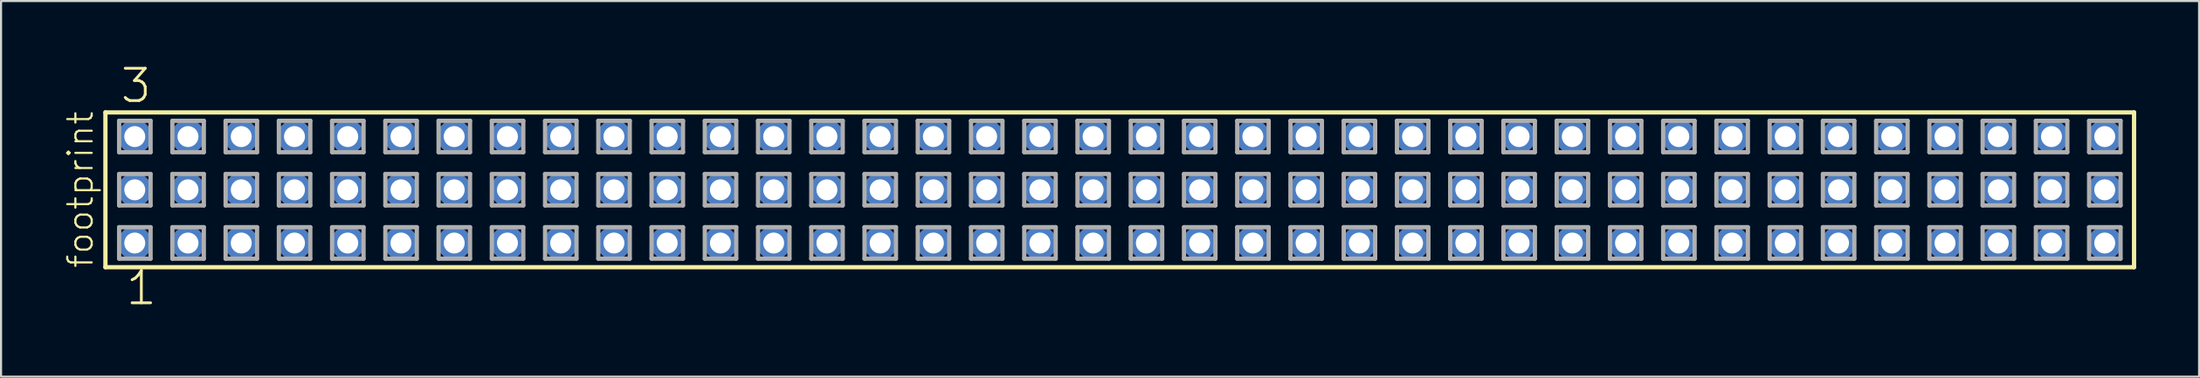
<source format=kicad_pcb>
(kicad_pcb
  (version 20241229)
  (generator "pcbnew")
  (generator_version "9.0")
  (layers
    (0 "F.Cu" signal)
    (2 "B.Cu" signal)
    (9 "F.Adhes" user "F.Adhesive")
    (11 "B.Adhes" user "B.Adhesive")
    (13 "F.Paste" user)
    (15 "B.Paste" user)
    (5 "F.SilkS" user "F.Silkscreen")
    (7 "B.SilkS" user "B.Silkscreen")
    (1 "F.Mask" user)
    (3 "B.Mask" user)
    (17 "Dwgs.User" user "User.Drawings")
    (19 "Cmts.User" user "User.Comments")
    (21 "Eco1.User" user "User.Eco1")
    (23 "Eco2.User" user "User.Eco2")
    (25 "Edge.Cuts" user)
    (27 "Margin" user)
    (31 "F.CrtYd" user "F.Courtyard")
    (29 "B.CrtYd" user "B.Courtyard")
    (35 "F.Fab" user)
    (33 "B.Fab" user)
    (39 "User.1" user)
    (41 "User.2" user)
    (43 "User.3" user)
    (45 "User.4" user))
  (footprint "footprint"
    (layer "F.Cu")
    (at 50.368 6.009)
    (property "Reference" "footprint" (at -48.895 3.81 90) (layer "F.SilkS") (effects (font (size 1.168 1.168) (thickness 0.102)) (justify left bottom)))
    (fp_line (start -48.389 -3.695) (end 48.389 -3.695) (stroke (width 0.203) (type solid)) (layer "F.SilkS"))
    (fp_line (start -48.389 3.695) (end -48.389 -3.695) (stroke (width 0.203) (type solid)) (layer "F.SilkS"))
    (fp_line (start 48.389 -3.695) (end 48.389 3.695) (stroke (width 0.203) (type solid)) (layer "F.SilkS"))
    (fp_line (start 48.389 3.695) (end -48.389 3.695) (stroke (width 0.203) (type solid)) (layer "F.SilkS"))
    (fp_line (start -47.735 -3.295) (end -46.235 -3.295) (stroke (width 0.203) (type solid)) (layer "F.Fab"))
    (fp_line (start -47.735 -1.795) (end -47.735 -3.295) (stroke (width 0.203) (type solid)) (layer "F.Fab"))
    (fp_line (start -47.735 -0.755) (end -46.235 -0.755) (stroke (width 0.203) (type solid)) (layer "F.Fab"))
    (fp_line (start -47.735 0.745) (end -47.735 -0.755) (stroke (width 0.203) (type solid)) (layer "F.Fab"))
    (fp_line (start -47.735 1.785) (end -46.235 1.785) (stroke (width 0.203) (type solid)) (layer "F.Fab"))
    (fp_line (start -47.735 3.285) (end -47.735 1.785) (stroke (width 0.203) (type solid)) (layer "F.Fab"))
    (fp_line (start -46.235 -3.295) (end -46.235 -1.795) (stroke (width 0.203) (type solid)) (layer "F.Fab"))
    (fp_line (start -46.235 -1.795) (end -47.735 -1.795) (stroke (width 0.203) (type solid)) (layer "F.Fab"))
    (fp_line (start -46.235 -0.755) (end -46.235 0.745) (stroke (width 0.203) (type solid)) (layer "F.Fab"))
    (fp_line (start -46.235 0.745) (end -47.735 0.745) (stroke (width 0.203) (type solid)) (layer "F.Fab"))
    (fp_line (start -46.235 1.785) (end -46.235 3.285) (stroke (width 0.203) (type solid)) (layer "F.Fab"))
    (fp_line (start -46.235 3.285) (end -47.735 3.285) (stroke (width 0.203) (type solid)) (layer "F.Fab"))
    (fp_line (start -45.195 -3.295) (end -43.695 -3.295) (stroke (width 0.203) (type solid)) (layer "F.Fab"))
    (fp_line (start -45.195 -1.795) (end -45.195 -3.295) (stroke (width 0.203) (type solid)) (layer "F.Fab"))
    (fp_line (start -45.195 -0.755) (end -43.695 -0.755) (stroke (width 0.203) (type solid)) (layer "F.Fab"))
    (fp_line (start -45.195 0.745) (end -45.195 -0.755) (stroke (width 0.203) (type solid)) (layer "F.Fab"))
    (fp_line (start -45.195 1.785) (end -43.695 1.785) (stroke (width 0.203) (type solid)) (layer "F.Fab"))
    (fp_line (start -45.195 3.285) (end -45.195 1.785) (stroke (width 0.203) (type solid)) (layer "F.Fab"))
    (fp_line (start -43.695 -3.295) (end -43.695 -1.795) (stroke (width 0.203) (type solid)) (layer "F.Fab"))
    (fp_line (start -43.695 -1.795) (end -45.195 -1.795) (stroke (width 0.203) (type solid)) (layer "F.Fab"))
    (fp_line (start -43.695 -0.755) (end -43.695 0.745) (stroke (width 0.203) (type solid)) (layer "F.Fab"))
    (fp_line (start -43.695 0.745) (end -45.195 0.745) (stroke (width 0.203) (type solid)) (layer "F.Fab"))
    (fp_line (start -43.695 1.785) (end -43.695 3.285) (stroke (width 0.203) (type solid)) (layer "F.Fab"))
    (fp_line (start -43.695 3.285) (end -45.195 3.285) (stroke (width 0.203) (type solid)) (layer "F.Fab"))
    (fp_line (start -42.655 -3.295) (end -41.155 -3.295) (stroke (width 0.203) (type solid)) (layer "F.Fab"))
    (fp_line (start -42.655 -1.795) (end -42.655 -3.295) (stroke (width 0.203) (type solid)) (layer "F.Fab"))
    (fp_line (start -42.655 -0.755) (end -41.155 -0.755) (stroke (width 0.203) (type solid)) (layer "F.Fab"))
    (fp_line (start -42.655 0.745) (end -42.655 -0.755) (stroke (width 0.203) (type solid)) (layer "F.Fab"))
    (fp_line (start -42.655 1.785) (end -41.155 1.785) (stroke (width 0.203) (type solid)) (layer "F.Fab"))
    (fp_line (start -42.655 3.285) (end -42.655 1.785) (stroke (width 0.203) (type solid)) (layer "F.Fab"))
    (fp_line (start -41.155 -3.295) (end -41.155 -1.795) (stroke (width 0.203) (type solid)) (layer "F.Fab"))
    (fp_line (start -41.155 -1.795) (end -42.655 -1.795) (stroke (width 0.203) (type solid)) (layer "F.Fab"))
    (fp_line (start -41.155 -0.755) (end -41.155 0.745) (stroke (width 0.203) (type solid)) (layer "F.Fab"))
    (fp_line (start -41.155 0.745) (end -42.655 0.745) (stroke (width 0.203) (type solid)) (layer "F.Fab"))
    (fp_line (start -41.155 1.785) (end -41.155 3.285) (stroke (width 0.203) (type solid)) (layer "F.Fab"))
    (fp_line (start -41.155 3.285) (end -42.655 3.285) (stroke (width 0.203) (type solid)) (layer "F.Fab"))
    (fp_line (start -40.115 -3.295) (end -38.615 -3.295) (stroke (width 0.203) (type solid)) (layer "F.Fab"))
    (fp_line (start -40.115 -1.795) (end -40.115 -3.295) (stroke (width 0.203) (type solid)) (layer "F.Fab"))
    (fp_line (start -40.115 -0.755) (end -38.615 -0.755) (stroke (width 0.203) (type solid)) (layer "F.Fab"))
    (fp_line (start -40.115 0.745) (end -40.115 -0.755) (stroke (width 0.203) (type solid)) (layer "F.Fab"))
    (fp_line (start -40.115 1.785) (end -38.615 1.785) (stroke (width 0.203) (type solid)) (layer "F.Fab"))
    (fp_line (start -40.115 3.285) (end -40.115 1.785) (stroke (width 0.203) (type solid)) (layer "F.Fab"))
    (fp_line (start -38.615 -3.295) (end -38.615 -1.795) (stroke (width 0.203) (type solid)) (layer "F.Fab"))
    (fp_line (start -38.615 -1.795) (end -40.115 -1.795) (stroke (width 0.203) (type solid)) (layer "F.Fab"))
    (fp_line (start -38.615 -0.755) (end -38.615 0.745) (stroke (width 0.203) (type solid)) (layer "F.Fab"))
    (fp_line (start -38.615 0.745) (end -40.115 0.745) (stroke (width 0.203) (type solid)) (layer "F.Fab"))
    (fp_line (start -38.615 1.785) (end -38.615 3.285) (stroke (width 0.203) (type solid)) (layer "F.Fab"))
    (fp_line (start -38.615 3.285) (end -40.115 3.285) (stroke (width 0.203) (type solid)) (layer "F.Fab"))
    (fp_line (start -37.575 -3.295) (end -36.075 -3.295) (stroke (width 0.203) (type solid)) (layer "F.Fab"))
    (fp_line (start -37.575 -1.795) (end -37.575 -3.295) (stroke (width 0.203) (type solid)) (layer "F.Fab"))
    (fp_line (start -37.575 -0.755) (end -36.075 -0.755) (stroke (width 0.203) (type solid)) (layer "F.Fab"))
    (fp_line (start -37.575 0.745) (end -37.575 -0.755) (stroke (width 0.203) (type solid)) (layer "F.Fab"))
    (fp_line (start -37.575 1.785) (end -36.075 1.785) (stroke (width 0.203) (type solid)) (layer "F.Fab"))
    (fp_line (start -37.575 3.285) (end -37.575 1.785) (stroke (width 0.203) (type solid)) (layer "F.Fab"))
    (fp_line (start -36.075 -3.295) (end -36.075 -1.795) (stroke (width 0.203) (type solid)) (layer "F.Fab"))
    (fp_line (start -36.075 -1.795) (end -37.575 -1.795) (stroke (width 0.203) (type solid)) (layer "F.Fab"))
    (fp_line (start -36.075 -0.755) (end -36.075 0.745) (stroke (width 0.203) (type solid)) (layer "F.Fab"))
    (fp_line (start -36.075 0.745) (end -37.575 0.745) (stroke (width 0.203) (type solid)) (layer "F.Fab"))
    (fp_line (start -36.075 1.785) (end -36.075 3.285) (stroke (width 0.203) (type solid)) (layer "F.Fab"))
    (fp_line (start -36.075 3.285) (end -37.575 3.285) (stroke (width 0.203) (type solid)) (layer "F.Fab"))
    (fp_line (start -35.035 -3.295) (end -33.535 -3.295) (stroke (width 0.203) (type solid)) (layer "F.Fab"))
    (fp_line (start -35.035 -1.795) (end -35.035 -3.295) (stroke (width 0.203) (type solid)) (layer "F.Fab"))
    (fp_line (start -35.035 -0.755) (end -33.535 -0.755) (stroke (width 0.203) (type solid)) (layer "F.Fab"))
    (fp_line (start -35.035 0.745) (end -35.035 -0.755) (stroke (width 0.203) (type solid)) (layer "F.Fab"))
    (fp_line (start -35.035 1.785) (end -33.535 1.785) (stroke (width 0.203) (type solid)) (layer "F.Fab"))
    (fp_line (start -35.035 3.285) (end -35.035 1.785) (stroke (width 0.203) (type solid)) (layer "F.Fab"))
    (fp_line (start -33.535 -3.295) (end -33.535 -1.795) (stroke (width 0.203) (type solid)) (layer "F.Fab"))
    (fp_line (start -33.535 -1.795) (end -35.035 -1.795) (stroke (width 0.203) (type solid)) (layer "F.Fab"))
    (fp_line (start -33.535 -0.755) (end -33.535 0.745) (stroke (width 0.203) (type solid)) (layer "F.Fab"))
    (fp_line (start -33.535 0.745) (end -35.035 0.745) (stroke (width 0.203) (type solid)) (layer "F.Fab"))
    (fp_line (start -33.535 1.785) (end -33.535 3.285) (stroke (width 0.203) (type solid)) (layer "F.Fab"))
    (fp_line (start -33.535 3.285) (end -35.035 3.285) (stroke (width 0.203) (type solid)) (layer "F.Fab"))
    (fp_line (start -32.495 -3.295) (end -30.995 -3.295) (stroke (width 0.203) (type solid)) (layer "F.Fab"))
    (fp_line (start -32.495 -1.795) (end -32.495 -3.295) (stroke (width 0.203) (type solid)) (layer "F.Fab"))
    (fp_line (start -32.495 -0.755) (end -30.995 -0.755) (stroke (width 0.203) (type solid)) (layer "F.Fab"))
    (fp_line (start -32.495 0.745) (end -32.495 -0.755) (stroke (width 0.203) (type solid)) (layer "F.Fab"))
    (fp_line (start -32.495 1.785) (end -30.995 1.785) (stroke (width 0.203) (type solid)) (layer "F.Fab"))
    (fp_line (start -32.495 3.285) (end -32.495 1.785) (stroke (width 0.203) (type solid)) (layer "F.Fab"))
    (fp_line (start -30.995 -3.295) (end -30.995 -1.795) (stroke (width 0.203) (type solid)) (layer "F.Fab"))
    (fp_line (start -30.995 -1.795) (end -32.495 -1.795) (stroke (width 0.203) (type solid)) (layer "F.Fab"))
    (fp_line (start -30.995 -0.755) (end -30.995 0.745) (stroke (width 0.203) (type solid)) (layer "F.Fab"))
    (fp_line (start -30.995 0.745) (end -32.495 0.745) (stroke (width 0.203) (type solid)) (layer "F.Fab"))
    (fp_line (start -30.995 1.785) (end -30.995 3.285) (stroke (width 0.203) (type solid)) (layer "F.Fab"))
    (fp_line (start -30.995 3.285) (end -32.495 3.285) (stroke (width 0.203) (type solid)) (layer "F.Fab"))
    (fp_line (start -29.955 -3.295) (end -28.455 -3.295) (stroke (width 0.203) (type solid)) (layer "F.Fab"))
    (fp_line (start -29.955 -1.795) (end -29.955 -3.295) (stroke (width 0.203) (type solid)) (layer "F.Fab"))
    (fp_line (start -29.955 -0.755) (end -28.455 -0.755) (stroke (width 0.203) (type solid)) (layer "F.Fab"))
    (fp_line (start -29.955 0.745) (end -29.955 -0.755) (stroke (width 0.203) (type solid)) (layer "F.Fab"))
    (fp_line (start -29.955 1.785) (end -28.455 1.785) (stroke (width 0.203) (type solid)) (layer "F.Fab"))
    (fp_line (start -29.955 3.285) (end -29.955 1.785) (stroke (width 0.203) (type solid)) (layer "F.Fab"))
    (fp_line (start -28.455 -3.295) (end -28.455 -1.795) (stroke (width 0.203) (type solid)) (layer "F.Fab"))
    (fp_line (start -28.455 -1.795) (end -29.955 -1.795) (stroke (width 0.203) (type solid)) (layer "F.Fab"))
    (fp_line (start -28.455 -0.755) (end -28.455 0.745) (stroke (width 0.203) (type solid)) (layer "F.Fab"))
    (fp_line (start -28.455 0.745) (end -29.955 0.745) (stroke (width 0.203) (type solid)) (layer "F.Fab"))
    (fp_line (start -28.455 1.785) (end -28.455 3.285) (stroke (width 0.203) (type solid)) (layer "F.Fab"))
    (fp_line (start -28.455 3.285) (end -29.955 3.285) (stroke (width 0.203) (type solid)) (layer "F.Fab"))
    (fp_line (start -27.415 -3.295) (end -25.915 -3.295) (stroke (width 0.203) (type solid)) (layer "F.Fab"))
    (fp_line (start -27.415 -1.795) (end -27.415 -3.295) (stroke (width 0.203) (type solid)) (layer "F.Fab"))
    (fp_line (start -27.415 -0.755) (end -25.915 -0.755) (stroke (width 0.203) (type solid)) (layer "F.Fab"))
    (fp_line (start -27.415 0.745) (end -27.415 -0.755) (stroke (width 0.203) (type solid)) (layer "F.Fab"))
    (fp_line (start -27.415 1.785) (end -25.915 1.785) (stroke (width 0.203) (type solid)) (layer "F.Fab"))
    (fp_line (start -27.415 3.285) (end -27.415 1.785) (stroke (width 0.203) (type solid)) (layer "F.Fab"))
    (fp_line (start -25.915 -3.295) (end -25.915 -1.795) (stroke (width 0.203) (type solid)) (layer "F.Fab"))
    (fp_line (start -25.915 -1.795) (end -27.415 -1.795) (stroke (width 0.203) (type solid)) (layer "F.Fab"))
    (fp_line (start -25.915 -0.755) (end -25.915 0.745) (stroke (width 0.203) (type solid)) (layer "F.Fab"))
    (fp_line (start -25.915 0.745) (end -27.415 0.745) (stroke (width 0.203) (type solid)) (layer "F.Fab"))
    (fp_line (start -25.915 1.785) (end -25.915 3.285) (stroke (width 0.203) (type solid)) (layer "F.Fab"))
    (fp_line (start -25.915 3.285) (end -27.415 3.285) (stroke (width 0.203) (type solid)) (layer "F.Fab"))
    (fp_line (start -24.875 -3.295) (end -23.375 -3.295) (stroke (width 0.203) (type solid)) (layer "F.Fab"))
    (fp_line (start -24.875 -1.795) (end -24.875 -3.295) (stroke (width 0.203) (type solid)) (layer "F.Fab"))
    (fp_line (start -24.875 -0.755) (end -23.375 -0.755) (stroke (width 0.203) (type solid)) (layer "F.Fab"))
    (fp_line (start -24.875 0.745) (end -24.875 -0.755) (stroke (width 0.203) (type solid)) (layer "F.Fab"))
    (fp_line (start -24.875 1.785) (end -23.375 1.785) (stroke (width 0.203) (type solid)) (layer "F.Fab"))
    (fp_line (start -24.875 3.285) (end -24.875 1.785) (stroke (width 0.203) (type solid)) (layer "F.Fab"))
    (fp_line (start -23.375 -3.295) (end -23.375 -1.795) (stroke (width 0.203) (type solid)) (layer "F.Fab"))
    (fp_line (start -23.375 -1.795) (end -24.875 -1.795) (stroke (width 0.203) (type solid)) (layer "F.Fab"))
    (fp_line (start -23.375 -0.755) (end -23.375 0.745) (stroke (width 0.203) (type solid)) (layer "F.Fab"))
    (fp_line (start -23.375 0.745) (end -24.875 0.745) (stroke (width 0.203) (type solid)) (layer "F.Fab"))
    (fp_line (start -23.375 1.785) (end -23.375 3.285) (stroke (width 0.203) (type solid)) (layer "F.Fab"))
    (fp_line (start -23.375 3.285) (end -24.875 3.285) (stroke (width 0.203) (type solid)) (layer "F.Fab"))
    (fp_line (start -22.335 -3.295) (end -20.835 -3.295) (stroke (width 0.203) (type solid)) (layer "F.Fab"))
    (fp_line (start -22.335 -1.795) (end -22.335 -3.295) (stroke (width 0.203) (type solid)) (layer "F.Fab"))
    (fp_line (start -22.335 -0.755) (end -20.835 -0.755) (stroke (width 0.203) (type solid)) (layer "F.Fab"))
    (fp_line (start -22.335 0.745) (end -22.335 -0.755) (stroke (width 0.203) (type solid)) (layer "F.Fab"))
    (fp_line (start -22.335 1.785) (end -20.835 1.785) (stroke (width 0.203) (type solid)) (layer "F.Fab"))
    (fp_line (start -22.335 3.285) (end -22.335 1.785) (stroke (width 0.203) (type solid)) (layer "F.Fab"))
    (fp_line (start -20.835 -3.295) (end -20.835 -1.795) (stroke (width 0.203) (type solid)) (layer "F.Fab"))
    (fp_line (start -20.835 -1.795) (end -22.335 -1.795) (stroke (width 0.203) (type solid)) (layer "F.Fab"))
    (fp_line (start -20.835 -0.755) (end -20.835 0.745) (stroke (width 0.203) (type solid)) (layer "F.Fab"))
    (fp_line (start -20.835 0.745) (end -22.335 0.745) (stroke (width 0.203) (type solid)) (layer "F.Fab"))
    (fp_line (start -20.835 1.785) (end -20.835 3.285) (stroke (width 0.203) (type solid)) (layer "F.Fab"))
    (fp_line (start -20.835 3.285) (end -22.335 3.285) (stroke (width 0.203) (type solid)) (layer "F.Fab"))
    (fp_line (start -19.795 -3.295) (end -18.295 -3.295) (stroke (width 0.203) (type solid)) (layer "F.Fab"))
    (fp_line (start -19.795 -1.795) (end -19.795 -3.295) (stroke (width 0.203) (type solid)) (layer "F.Fab"))
    (fp_line (start -19.795 -0.755) (end -18.295 -0.755) (stroke (width 0.203) (type solid)) (layer "F.Fab"))
    (fp_line (start -19.795 0.745) (end -19.795 -0.755) (stroke (width 0.203) (type solid)) (layer "F.Fab"))
    (fp_line (start -19.795 1.785) (end -18.295 1.785) (stroke (width 0.203) (type solid)) (layer "F.Fab"))
    (fp_line (start -19.795 3.285) (end -19.795 1.785) (stroke (width 0.203) (type solid)) (layer "F.Fab"))
    (fp_line (start -18.295 -3.295) (end -18.295 -1.795) (stroke (width 0.203) (type solid)) (layer "F.Fab"))
    (fp_line (start -18.295 -1.795) (end -19.795 -1.795) (stroke (width 0.203) (type solid)) (layer "F.Fab"))
    (fp_line (start -18.295 -0.755) (end -18.295 0.745) (stroke (width 0.203) (type solid)) (layer "F.Fab"))
    (fp_line (start -18.295 0.745) (end -19.795 0.745) (stroke (width 0.203) (type solid)) (layer "F.Fab"))
    (fp_line (start -18.295 1.785) (end -18.295 3.285) (stroke (width 0.203) (type solid)) (layer "F.Fab"))
    (fp_line (start -18.295 3.285) (end -19.795 3.285) (stroke (width 0.203) (type solid)) (layer "F.Fab"))
    (fp_line (start -17.255 -3.295) (end -15.755 -3.295) (stroke (width 0.203) (type solid)) (layer "F.Fab"))
    (fp_line (start -17.255 -1.795) (end -17.255 -3.295) (stroke (width 0.203) (type solid)) (layer "F.Fab"))
    (fp_line (start -17.255 -0.755) (end -15.755 -0.755) (stroke (width 0.203) (type solid)) (layer "F.Fab"))
    (fp_line (start -17.255 0.745) (end -17.255 -0.755) (stroke (width 0.203) (type solid)) (layer "F.Fab"))
    (fp_line (start -17.255 1.785) (end -15.755 1.785) (stroke (width 0.203) (type solid)) (layer "F.Fab"))
    (fp_line (start -17.255 3.285) (end -17.255 1.785) (stroke (width 0.203) (type solid)) (layer "F.Fab"))
    (fp_line (start -15.755 -3.295) (end -15.755 -1.795) (stroke (width 0.203) (type solid)) (layer "F.Fab"))
    (fp_line (start -15.755 -1.795) (end -17.255 -1.795) (stroke (width 0.203) (type solid)) (layer "F.Fab"))
    (fp_line (start -15.755 -0.755) (end -15.755 0.745) (stroke (width 0.203) (type solid)) (layer "F.Fab"))
    (fp_line (start -15.755 0.745) (end -17.255 0.745) (stroke (width 0.203) (type solid)) (layer "F.Fab"))
    (fp_line (start -15.755 1.785) (end -15.755 3.285) (stroke (width 0.203) (type solid)) (layer "F.Fab"))
    (fp_line (start -15.755 3.285) (end -17.255 3.285) (stroke (width 0.203) (type solid)) (layer "F.Fab"))
    (fp_line (start -14.715 -3.295) (end -13.215 -3.295) (stroke (width 0.203) (type solid)) (layer "F.Fab"))
    (fp_line (start -14.715 -1.795) (end -14.715 -3.295) (stroke (width 0.203) (type solid)) (layer "F.Fab"))
    (fp_line (start -14.715 -0.755) (end -13.215 -0.755) (stroke (width 0.203) (type solid)) (layer "F.Fab"))
    (fp_line (start -14.715 0.745) (end -14.715 -0.755) (stroke (width 0.203) (type solid)) (layer "F.Fab"))
    (fp_line (start -14.715 1.785) (end -13.215 1.785) (stroke (width 0.203) (type solid)) (layer "F.Fab"))
    (fp_line (start -14.715 3.285) (end -14.715 1.785) (stroke (width 0.203) (type solid)) (layer "F.Fab"))
    (fp_line (start -13.215 -3.295) (end -13.215 -1.795) (stroke (width 0.203) (type solid)) (layer "F.Fab"))
    (fp_line (start -13.215 -1.795) (end -14.715 -1.795) (stroke (width 0.203) (type solid)) (layer "F.Fab"))
    (fp_line (start -13.215 -0.755) (end -13.215 0.745) (stroke (width 0.203) (type solid)) (layer "F.Fab"))
    (fp_line (start -13.215 0.745) (end -14.715 0.745) (stroke (width 0.203) (type solid)) (layer "F.Fab"))
    (fp_line (start -13.215 1.785) (end -13.215 3.285) (stroke (width 0.203) (type solid)) (layer "F.Fab"))
    (fp_line (start -13.215 3.285) (end -14.715 3.285) (stroke (width 0.203) (type solid)) (layer "F.Fab"))
    (fp_line (start -12.175 -3.295) (end -10.675 -3.295) (stroke (width 0.203) (type solid)) (layer "F.Fab"))
    (fp_line (start -12.175 -1.795) (end -12.175 -3.295) (stroke (width 0.203) (type solid)) (layer "F.Fab"))
    (fp_line (start -12.175 -0.755) (end -10.675 -0.755) (stroke (width 0.203) (type solid)) (layer "F.Fab"))
    (fp_line (start -12.175 0.745) (end -12.175 -0.755) (stroke (width 0.203) (type solid)) (layer "F.Fab"))
    (fp_line (start -12.175 1.785) (end -10.675 1.785) (stroke (width 0.203) (type solid)) (layer "F.Fab"))
    (fp_line (start -12.175 3.285) (end -12.175 1.785) (stroke (width 0.203) (type solid)) (layer "F.Fab"))
    (fp_line (start -10.675 -3.295) (end -10.675 -1.795) (stroke (width 0.203) (type solid)) (layer "F.Fab"))
    (fp_line (start -10.675 -1.795) (end -12.175 -1.795) (stroke (width 0.203) (type solid)) (layer "F.Fab"))
    (fp_line (start -10.675 -0.755) (end -10.675 0.745) (stroke (width 0.203) (type solid)) (layer "F.Fab"))
    (fp_line (start -10.675 0.745) (end -12.175 0.745) (stroke (width 0.203) (type solid)) (layer "F.Fab"))
    (fp_line (start -10.675 1.785) (end -10.675 3.285) (stroke (width 0.203) (type solid)) (layer "F.Fab"))
    (fp_line (start -10.675 3.285) (end -12.175 3.285) (stroke (width 0.203) (type solid)) (layer "F.Fab"))
    (fp_line (start -9.635 -3.295) (end -8.135 -3.295) (stroke (width 0.203) (type solid)) (layer "F.Fab"))
    (fp_line (start -9.635 -1.795) (end -9.635 -3.295) (stroke (width 0.203) (type solid)) (layer "F.Fab"))
    (fp_line (start -9.635 -0.755) (end -8.135 -0.755) (stroke (width 0.203) (type solid)) (layer "F.Fab"))
    (fp_line (start -9.635 0.745) (end -9.635 -0.755) (stroke (width 0.203) (type solid)) (layer "F.Fab"))
    (fp_line (start -9.635 1.785) (end -8.135 1.785) (stroke (width 0.203) (type solid)) (layer "F.Fab"))
    (fp_line (start -9.635 3.285) (end -9.635 1.785) (stroke (width 0.203) (type solid)) (layer "F.Fab"))
    (fp_line (start -8.135 -3.295) (end -8.135 -1.795) (stroke (width 0.203) (type solid)) (layer "F.Fab"))
    (fp_line (start -8.135 -1.795) (end -9.635 -1.795) (stroke (width 0.203) (type solid)) (layer "F.Fab"))
    (fp_line (start -8.135 -0.755) (end -8.135 0.745) (stroke (width 0.203) (type solid)) (layer "F.Fab"))
    (fp_line (start -8.135 0.745) (end -9.635 0.745) (stroke (width 0.203) (type solid)) (layer "F.Fab"))
    (fp_line (start -8.135 1.785) (end -8.135 3.285) (stroke (width 0.203) (type solid)) (layer "F.Fab"))
    (fp_line (start -8.135 3.285) (end -9.635 3.285) (stroke (width 0.203) (type solid)) (layer "F.Fab"))
    (fp_line (start -7.095 -3.295) (end -5.595 -3.295) (stroke (width 0.203) (type solid)) (layer "F.Fab"))
    (fp_line (start -7.095 -1.795) (end -7.095 -3.295) (stroke (width 0.203) (type solid)) (layer "F.Fab"))
    (fp_line (start -7.095 -0.755) (end -5.595 -0.755) (stroke (width 0.203) (type solid)) (layer "F.Fab"))
    (fp_line (start -7.095 0.745) (end -7.095 -0.755) (stroke (width 0.203) (type solid)) (layer "F.Fab"))
    (fp_line (start -7.095 1.785) (end -5.595 1.785) (stroke (width 0.203) (type solid)) (layer "F.Fab"))
    (fp_line (start -7.095 3.285) (end -7.095 1.785) (stroke (width 0.203) (type solid)) (layer "F.Fab"))
    (fp_line (start -5.595 -3.295) (end -5.595 -1.795) (stroke (width 0.203) (type solid)) (layer "F.Fab"))
    (fp_line (start -5.595 -1.795) (end -7.095 -1.795) (stroke (width 0.203) (type solid)) (layer "F.Fab"))
    (fp_line (start -5.595 -0.755) (end -5.595 0.745) (stroke (width 0.203) (type solid)) (layer "F.Fab"))
    (fp_line (start -5.595 0.745) (end -7.095 0.745) (stroke (width 0.203) (type solid)) (layer "F.Fab"))
    (fp_line (start -5.595 1.785) (end -5.595 3.285) (stroke (width 0.203) (type solid)) (layer "F.Fab"))
    (fp_line (start -5.595 3.285) (end -7.095 3.285) (stroke (width 0.203) (type solid)) (layer "F.Fab"))
    (fp_line (start -4.555 -3.295) (end -3.055 -3.295) (stroke (width 0.203) (type solid)) (layer "F.Fab"))
    (fp_line (start -4.555 -1.795) (end -4.555 -3.295) (stroke (width 0.203) (type solid)) (layer "F.Fab"))
    (fp_line (start -4.555 -0.755) (end -3.055 -0.755) (stroke (width 0.203) (type solid)) (layer "F.Fab"))
    (fp_line (start -4.555 0.745) (end -4.555 -0.755) (stroke (width 0.203) (type solid)) (layer "F.Fab"))
    (fp_line (start -4.555 1.785) (end -3.055 1.785) (stroke (width 0.203) (type solid)) (layer "F.Fab"))
    (fp_line (start -4.555 3.285) (end -4.555 1.785) (stroke (width 0.203) (type solid)) (layer "F.Fab"))
    (fp_line (start -3.055 -3.295) (end -3.055 -1.795) (stroke (width 0.203) (type solid)) (layer "F.Fab"))
    (fp_line (start -3.055 -1.795) (end -4.555 -1.795) (stroke (width 0.203) (type solid)) (layer "F.Fab"))
    (fp_line (start -3.055 -0.755) (end -3.055 0.745) (stroke (width 0.203) (type solid)) (layer "F.Fab"))
    (fp_line (start -3.055 0.745) (end -4.555 0.745) (stroke (width 0.203) (type solid)) (layer "F.Fab"))
    (fp_line (start -3.055 1.785) (end -3.055 3.285) (stroke (width 0.203) (type solid)) (layer "F.Fab"))
    (fp_line (start -3.055 3.285) (end -4.555 3.285) (stroke (width 0.203) (type solid)) (layer "F.Fab"))
    (fp_line (start -2.015 -3.295) (end -0.515 -3.295) (stroke (width 0.203) (type solid)) (layer "F.Fab"))
    (fp_line (start -2.015 -1.795) (end -2.015 -3.295) (stroke (width 0.203) (type solid)) (layer "F.Fab"))
    (fp_line (start -2.015 -0.755) (end -0.515 -0.755) (stroke (width 0.203) (type solid)) (layer "F.Fab"))
    (fp_line (start -2.015 0.745) (end -2.015 -0.755) (stroke (width 0.203) (type solid)) (layer "F.Fab"))
    (fp_line (start -2.015 1.785) (end -0.515 1.785) (stroke (width 0.203) (type solid)) (layer "F.Fab"))
    (fp_line (start -2.015 3.285) (end -2.015 1.785) (stroke (width 0.203) (type solid)) (layer "F.Fab"))
    (fp_line (start -0.515 -3.295) (end -0.515 -1.795) (stroke (width 0.203) (type solid)) (layer "F.Fab"))
    (fp_line (start -0.515 -1.795) (end -2.015 -1.795) (stroke (width 0.203) (type solid)) (layer "F.Fab"))
    (fp_line (start -0.515 -0.755) (end -0.515 0.745) (stroke (width 0.203) (type solid)) (layer "F.Fab"))
    (fp_line (start -0.515 0.745) (end -2.015 0.745) (stroke (width 0.203) (type solid)) (layer "F.Fab"))
    (fp_line (start -0.515 1.785) (end -0.515 3.285) (stroke (width 0.203) (type solid)) (layer "F.Fab"))
    (fp_line (start -0.515 3.285) (end -2.015 3.285) (stroke (width 0.203) (type solid)) (layer "F.Fab"))
    (fp_line (start 0.525 -3.295) (end 2.025 -3.295) (stroke (width 0.203) (type solid)) (layer "F.Fab"))
    (fp_line (start 0.525 -1.795) (end 0.525 -3.295) (stroke (width 0.203) (type solid)) (layer "F.Fab"))
    (fp_line (start 0.525 -0.755) (end 2.025 -0.755) (stroke (width 0.203) (type solid)) (layer "F.Fab"))
    (fp_line (start 0.525 0.745) (end 0.525 -0.755) (stroke (width 0.203) (type solid)) (layer "F.Fab"))
    (fp_line (start 0.525 1.785) (end 2.025 1.785) (stroke (width 0.203) (type solid)) (layer "F.Fab"))
    (fp_line (start 0.525 3.285) (end 0.525 1.785) (stroke (width 0.203) (type solid)) (layer "F.Fab"))
    (fp_line (start 2.025 -3.295) (end 2.025 -1.795) (stroke (width 0.203) (type solid)) (layer "F.Fab"))
    (fp_line (start 2.025 -1.795) (end 0.525 -1.795) (stroke (width 0.203) (type solid)) (layer "F.Fab"))
    (fp_line (start 2.025 -0.755) (end 2.025 0.745) (stroke (width 0.203) (type solid)) (layer "F.Fab"))
    (fp_line (start 2.025 0.745) (end 0.525 0.745) (stroke (width 0.203) (type solid)) (layer "F.Fab"))
    (fp_line (start 2.025 1.785) (end 2.025 3.285) (stroke (width 0.203) (type solid)) (layer "F.Fab"))
    (fp_line (start 2.025 3.285) (end 0.525 3.285) (stroke (width 0.203) (type solid)) (layer "F.Fab"))
    (fp_line (start 3.065 -3.295) (end 4.565 -3.295) (stroke (width 0.203) (type solid)) (layer "F.Fab"))
    (fp_line (start 3.065 -1.795) (end 3.065 -3.295) (stroke (width 0.203) (type solid)) (layer "F.Fab"))
    (fp_line (start 3.065 -0.755) (end 4.565 -0.755) (stroke (width 0.203) (type solid)) (layer "F.Fab"))
    (fp_line (start 3.065 0.745) (end 3.065 -0.755) (stroke (width 0.203) (type solid)) (layer "F.Fab"))
    (fp_line (start 3.065 1.785) (end 4.565 1.785) (stroke (width 0.203) (type solid)) (layer "F.Fab"))
    (fp_line (start 3.065 3.285) (end 3.065 1.785) (stroke (width 0.203) (type solid)) (layer "F.Fab"))
    (fp_line (start 4.565 -3.295) (end 4.565 -1.795) (stroke (width 0.203) (type solid)) (layer "F.Fab"))
    (fp_line (start 4.565 -1.795) (end 3.065 -1.795) (stroke (width 0.203) (type solid)) (layer "F.Fab"))
    (fp_line (start 4.565 -0.755) (end 4.565 0.745) (stroke (width 0.203) (type solid)) (layer "F.Fab"))
    (fp_line (start 4.565 0.745) (end 3.065 0.745) (stroke (width 0.203) (type solid)) (layer "F.Fab"))
    (fp_line (start 4.565 1.785) (end 4.565 3.285) (stroke (width 0.203) (type solid)) (layer "F.Fab"))
    (fp_line (start 4.565 3.285) (end 3.065 3.285) (stroke (width 0.203) (type solid)) (layer "F.Fab"))
    (fp_line (start 5.605 -3.295) (end 7.105 -3.295) (stroke (width 0.203) (type solid)) (layer "F.Fab"))
    (fp_line (start 5.605 -1.795) (end 5.605 -3.295) (stroke (width 0.203) (type solid)) (layer "F.Fab"))
    (fp_line (start 5.605 -0.755) (end 7.105 -0.755) (stroke (width 0.203) (type solid)) (layer "F.Fab"))
    (fp_line (start 5.605 0.745) (end 5.605 -0.755) (stroke (width 0.203) (type solid)) (layer "F.Fab"))
    (fp_line (start 5.605 1.785) (end 7.105 1.785) (stroke (width 0.203) (type solid)) (layer "F.Fab"))
    (fp_line (start 5.605 3.285) (end 5.605 1.785) (stroke (width 0.203) (type solid)) (layer "F.Fab"))
    (fp_line (start 7.105 -3.295) (end 7.105 -1.795) (stroke (width 0.203) (type solid)) (layer "F.Fab"))
    (fp_line (start 7.105 -1.795) (end 5.605 -1.795) (stroke (width 0.203) (type solid)) (layer "F.Fab"))
    (fp_line (start 7.105 -0.755) (end 7.105 0.745) (stroke (width 0.203) (type solid)) (layer "F.Fab"))
    (fp_line (start 7.105 0.745) (end 5.605 0.745) (stroke (width 0.203) (type solid)) (layer "F.Fab"))
    (fp_line (start 7.105 1.785) (end 7.105 3.285) (stroke (width 0.203) (type solid)) (layer "F.Fab"))
    (fp_line (start 7.105 3.285) (end 5.605 3.285) (stroke (width 0.203) (type solid)) (layer "F.Fab"))
    (fp_line (start 8.145 -3.295) (end 9.645 -3.295) (stroke (width 0.203) (type solid)) (layer "F.Fab"))
    (fp_line (start 8.145 -1.795) (end 8.145 -3.295) (stroke (width 0.203) (type solid)) (layer "F.Fab"))
    (fp_line (start 8.145 -0.755) (end 9.645 -0.755) (stroke (width 0.203) (type solid)) (layer "F.Fab"))
    (fp_line (start 8.145 0.745) (end 8.145 -0.755) (stroke (width 0.203) (type solid)) (layer "F.Fab"))
    (fp_line (start 8.145 1.785) (end 9.645 1.785) (stroke (width 0.203) (type solid)) (layer "F.Fab"))
    (fp_line (start 8.145 3.285) (end 8.145 1.785) (stroke (width 0.203) (type solid)) (layer "F.Fab"))
    (fp_line (start 9.645 -3.295) (end 9.645 -1.795) (stroke (width 0.203) (type solid)) (layer "F.Fab"))
    (fp_line (start 9.645 -1.795) (end 8.145 -1.795) (stroke (width 0.203) (type solid)) (layer "F.Fab"))
    (fp_line (start 9.645 -0.755) (end 9.645 0.745) (stroke (width 0.203) (type solid)) (layer "F.Fab"))
    (fp_line (start 9.645 0.745) (end 8.145 0.745) (stroke (width 0.203) (type solid)) (layer "F.Fab"))
    (fp_line (start 9.645 1.785) (end 9.645 3.285) (stroke (width 0.203) (type solid)) (layer "F.Fab"))
    (fp_line (start 9.645 3.285) (end 8.145 3.285) (stroke (width 0.203) (type solid)) (layer "F.Fab"))
    (fp_line (start 10.685 -3.295) (end 12.185 -3.295) (stroke (width 0.203) (type solid)) (layer "F.Fab"))
    (fp_line (start 10.685 -1.795) (end 10.685 -3.295) (stroke (width 0.203) (type solid)) (layer "F.Fab"))
    (fp_line (start 10.685 -0.755) (end 12.185 -0.755) (stroke (width 0.203) (type solid)) (layer "F.Fab"))
    (fp_line (start 10.685 0.745) (end 10.685 -0.755) (stroke (width 0.203) (type solid)) (layer "F.Fab"))
    (fp_line (start 10.685 1.785) (end 12.185 1.785) (stroke (width 0.203) (type solid)) (layer "F.Fab"))
    (fp_line (start 10.685 3.285) (end 10.685 1.785) (stroke (width 0.203) (type solid)) (layer "F.Fab"))
    (fp_line (start 12.185 -3.295) (end 12.185 -1.795) (stroke (width 0.203) (type solid)) (layer "F.Fab"))
    (fp_line (start 12.185 -1.795) (end 10.685 -1.795) (stroke (width 0.203) (type solid)) (layer "F.Fab"))
    (fp_line (start 12.185 -0.755) (end 12.185 0.745) (stroke (width 0.203) (type solid)) (layer "F.Fab"))
    (fp_line (start 12.185 0.745) (end 10.685 0.745) (stroke (width 0.203) (type solid)) (layer "F.Fab"))
    (fp_line (start 12.185 1.785) (end 12.185 3.285) (stroke (width 0.203) (type solid)) (layer "F.Fab"))
    (fp_line (start 12.185 3.285) (end 10.685 3.285) (stroke (width 0.203) (type solid)) (layer "F.Fab"))
    (fp_line (start 13.225 -3.295) (end 14.725 -3.295) (stroke (width 0.203) (type solid)) (layer "F.Fab"))
    (fp_line (start 13.225 -1.795) (end 13.225 -3.295) (stroke (width 0.203) (type solid)) (layer "F.Fab"))
    (fp_line (start 13.225 -0.755) (end 14.725 -0.755) (stroke (width 0.203) (type solid)) (layer "F.Fab"))
    (fp_line (start 13.225 0.745) (end 13.225 -0.755) (stroke (width 0.203) (type solid)) (layer "F.Fab"))
    (fp_line (start 13.225 1.785) (end 14.725 1.785) (stroke (width 0.203) (type solid)) (layer "F.Fab"))
    (fp_line (start 13.225 3.285) (end 13.225 1.785) (stroke (width 0.203) (type solid)) (layer "F.Fab"))
    (fp_line (start 14.725 -3.295) (end 14.725 -1.795) (stroke (width 0.203) (type solid)) (layer "F.Fab"))
    (fp_line (start 14.725 -1.795) (end 13.225 -1.795) (stroke (width 0.203) (type solid)) (layer "F.Fab"))
    (fp_line (start 14.725 -0.755) (end 14.725 0.745) (stroke (width 0.203) (type solid)) (layer "F.Fab"))
    (fp_line (start 14.725 0.745) (end 13.225 0.745) (stroke (width 0.203) (type solid)) (layer "F.Fab"))
    (fp_line (start 14.725 1.785) (end 14.725 3.285) (stroke (width 0.203) (type solid)) (layer "F.Fab"))
    (fp_line (start 14.725 3.285) (end 13.225 3.285) (stroke (width 0.203) (type solid)) (layer "F.Fab"))
    (fp_line (start 15.765 -3.295) (end 17.265 -3.295) (stroke (width 0.203) (type solid)) (layer "F.Fab"))
    (fp_line (start 15.765 -1.795) (end 15.765 -3.295) (stroke (width 0.203) (type solid)) (layer "F.Fab"))
    (fp_line (start 15.765 -0.755) (end 17.265 -0.755) (stroke (width 0.203) (type solid)) (layer "F.Fab"))
    (fp_line (start 15.765 0.745) (end 15.765 -0.755) (stroke (width 0.203) (type solid)) (layer "F.Fab"))
    (fp_line (start 15.765 1.785) (end 17.265 1.785) (stroke (width 0.203) (type solid)) (layer "F.Fab"))
    (fp_line (start 15.765 3.285) (end 15.765 1.785) (stroke (width 0.203) (type solid)) (layer "F.Fab"))
    (fp_line (start 17.265 -3.295) (end 17.265 -1.795) (stroke (width 0.203) (type solid)) (layer "F.Fab"))
    (fp_line (start 17.265 -1.795) (end 15.765 -1.795) (stroke (width 0.203) (type solid)) (layer "F.Fab"))
    (fp_line (start 17.265 -0.755) (end 17.265 0.745) (stroke (width 0.203) (type solid)) (layer "F.Fab"))
    (fp_line (start 17.265 0.745) (end 15.765 0.745) (stroke (width 0.203) (type solid)) (layer "F.Fab"))
    (fp_line (start 17.265 1.785) (end 17.265 3.285) (stroke (width 0.203) (type solid)) (layer "F.Fab"))
    (fp_line (start 17.265 3.285) (end 15.765 3.285) (stroke (width 0.203) (type solid)) (layer "F.Fab"))
    (fp_line (start 18.305 -3.295) (end 19.805 -3.295) (stroke (width 0.203) (type solid)) (layer "F.Fab"))
    (fp_line (start 18.305 -1.795) (end 18.305 -3.295) (stroke (width 0.203) (type solid)) (layer "F.Fab"))
    (fp_line (start 18.305 -0.755) (end 19.805 -0.755) (stroke (width 0.203) (type solid)) (layer "F.Fab"))
    (fp_line (start 18.305 0.745) (end 18.305 -0.755) (stroke (width 0.203) (type solid)) (layer "F.Fab"))
    (fp_line (start 18.305 1.785) (end 19.805 1.785) (stroke (width 0.203) (type solid)) (layer "F.Fab"))
    (fp_line (start 18.305 3.285) (end 18.305 1.785) (stroke (width 0.203) (type solid)) (layer "F.Fab"))
    (fp_line (start 19.805 -3.295) (end 19.805 -1.795) (stroke (width 0.203) (type solid)) (layer "F.Fab"))
    (fp_line (start 19.805 -1.795) (end 18.305 -1.795) (stroke (width 0.203) (type solid)) (layer "F.Fab"))
    (fp_line (start 19.805 -0.755) (end 19.805 0.745) (stroke (width 0.203) (type solid)) (layer "F.Fab"))
    (fp_line (start 19.805 0.745) (end 18.305 0.745) (stroke (width 0.203) (type solid)) (layer "F.Fab"))
    (fp_line (start 19.805 1.785) (end 19.805 3.285) (stroke (width 0.203) (type solid)) (layer "F.Fab"))
    (fp_line (start 19.805 3.285) (end 18.305 3.285) (stroke (width 0.203) (type solid)) (layer "F.Fab"))
    (fp_line (start 20.845 -3.295) (end 22.345 -3.295) (stroke (width 0.203) (type solid)) (layer "F.Fab"))
    (fp_line (start 20.845 -1.795) (end 20.845 -3.295) (stroke (width 0.203) (type solid)) (layer "F.Fab"))
    (fp_line (start 20.845 -0.755) (end 22.345 -0.755) (stroke (width 0.203) (type solid)) (layer "F.Fab"))
    (fp_line (start 20.845 0.745) (end 20.845 -0.755) (stroke (width 0.203) (type solid)) (layer "F.Fab"))
    (fp_line (start 20.845 1.785) (end 22.345 1.785) (stroke (width 0.203) (type solid)) (layer "F.Fab"))
    (fp_line (start 20.845 3.285) (end 20.845 1.785) (stroke (width 0.203) (type solid)) (layer "F.Fab"))
    (fp_line (start 22.345 -3.295) (end 22.345 -1.795) (stroke (width 0.203) (type solid)) (layer "F.Fab"))
    (fp_line (start 22.345 -1.795) (end 20.845 -1.795) (stroke (width 0.203) (type solid)) (layer "F.Fab"))
    (fp_line (start 22.345 -0.755) (end 22.345 0.745) (stroke (width 0.203) (type solid)) (layer "F.Fab"))
    (fp_line (start 22.345 0.745) (end 20.845 0.745) (stroke (width 0.203) (type solid)) (layer "F.Fab"))
    (fp_line (start 22.345 1.785) (end 22.345 3.285) (stroke (width 0.203) (type solid)) (layer "F.Fab"))
    (fp_line (start 22.345 3.285) (end 20.845 3.285) (stroke (width 0.203) (type solid)) (layer "F.Fab"))
    (fp_line (start 23.385 -3.295) (end 24.885 -3.295) (stroke (width 0.203) (type solid)) (layer "F.Fab"))
    (fp_line (start 23.385 -1.795) (end 23.385 -3.295) (stroke (width 0.203) (type solid)) (layer "F.Fab"))
    (fp_line (start 23.385 -0.755) (end 24.885 -0.755) (stroke (width 0.203) (type solid)) (layer "F.Fab"))
    (fp_line (start 23.385 0.745) (end 23.385 -0.755) (stroke (width 0.203) (type solid)) (layer "F.Fab"))
    (fp_line (start 23.385 1.785) (end 24.885 1.785) (stroke (width 0.203) (type solid)) (layer "F.Fab"))
    (fp_line (start 23.385 3.285) (end 23.385 1.785) (stroke (width 0.203) (type solid)) (layer "F.Fab"))
    (fp_line (start 24.885 -3.295) (end 24.885 -1.795) (stroke (width 0.203) (type solid)) (layer "F.Fab"))
    (fp_line (start 24.885 -1.795) (end 23.385 -1.795) (stroke (width 0.203) (type solid)) (layer "F.Fab"))
    (fp_line (start 24.885 -0.755) (end 24.885 0.745) (stroke (width 0.203) (type solid)) (layer "F.Fab"))
    (fp_line (start 24.885 0.745) (end 23.385 0.745) (stroke (width 0.203) (type solid)) (layer "F.Fab"))
    (fp_line (start 24.885 1.785) (end 24.885 3.285) (stroke (width 0.203) (type solid)) (layer "F.Fab"))
    (fp_line (start 24.885 3.285) (end 23.385 3.285) (stroke (width 0.203) (type solid)) (layer "F.Fab"))
    (fp_line (start 25.925 -3.295) (end 27.425 -3.295) (stroke (width 0.203) (type solid)) (layer "F.Fab"))
    (fp_line (start 25.925 -1.795) (end 25.925 -3.295) (stroke (width 0.203) (type solid)) (layer "F.Fab"))
    (fp_line (start 25.925 -0.755) (end 27.425 -0.755) (stroke (width 0.203) (type solid)) (layer "F.Fab"))
    (fp_line (start 25.925 0.745) (end 25.925 -0.755) (stroke (width 0.203) (type solid)) (layer "F.Fab"))
    (fp_line (start 25.925 1.785) (end 27.425 1.785) (stroke (width 0.203) (type solid)) (layer "F.Fab"))
    (fp_line (start 25.925 3.285) (end 25.925 1.785) (stroke (width 0.203) (type solid)) (layer "F.Fab"))
    (fp_line (start 27.425 -3.295) (end 27.425 -1.795) (stroke (width 0.203) (type solid)) (layer "F.Fab"))
    (fp_line (start 27.425 -1.795) (end 25.925 -1.795) (stroke (width 0.203) (type solid)) (layer "F.Fab"))
    (fp_line (start 27.425 -0.755) (end 27.425 0.745) (stroke (width 0.203) (type solid)) (layer "F.Fab"))
    (fp_line (start 27.425 0.745) (end 25.925 0.745) (stroke (width 0.203) (type solid)) (layer "F.Fab"))
    (fp_line (start 27.425 1.785) (end 27.425 3.285) (stroke (width 0.203) (type solid)) (layer "F.Fab"))
    (fp_line (start 27.425 3.285) (end 25.925 3.285) (stroke (width 0.203) (type solid)) (layer "F.Fab"))
    (fp_line (start 28.465 -3.295) (end 29.965 -3.295) (stroke (width 0.203) (type solid)) (layer "F.Fab"))
    (fp_line (start 28.465 -1.795) (end 28.465 -3.295) (stroke (width 0.203) (type solid)) (layer "F.Fab"))
    (fp_line (start 28.465 -0.755) (end 29.965 -0.755) (stroke (width 0.203) (type solid)) (layer "F.Fab"))
    (fp_line (start 28.465 0.745) (end 28.465 -0.755) (stroke (width 0.203) (type solid)) (layer "F.Fab"))
    (fp_line (start 28.465 1.785) (end 29.965 1.785) (stroke (width 0.203) (type solid)) (layer "F.Fab"))
    (fp_line (start 28.465 3.285) (end 28.465 1.785) (stroke (width 0.203) (type solid)) (layer "F.Fab"))
    (fp_line (start 29.965 -3.295) (end 29.965 -1.795) (stroke (width 0.203) (type solid)) (layer "F.Fab"))
    (fp_line (start 29.965 -1.795) (end 28.465 -1.795) (stroke (width 0.203) (type solid)) (layer "F.Fab"))
    (fp_line (start 29.965 -0.755) (end 29.965 0.745) (stroke (width 0.203) (type solid)) (layer "F.Fab"))
    (fp_line (start 29.965 0.745) (end 28.465 0.745) (stroke (width 0.203) (type solid)) (layer "F.Fab"))
    (fp_line (start 29.965 1.785) (end 29.965 3.285) (stroke (width 0.203) (type solid)) (layer "F.Fab"))
    (fp_line (start 29.965 3.285) (end 28.465 3.285) (stroke (width 0.203) (type solid)) (layer "F.Fab"))
    (fp_line (start 31.005 -3.295) (end 32.505 -3.295) (stroke (width 0.203) (type solid)) (layer "F.Fab"))
    (fp_line (start 31.005 -1.795) (end 31.005 -3.295) (stroke (width 0.203) (type solid)) (layer "F.Fab"))
    (fp_line (start 31.005 -0.755) (end 32.505 -0.755) (stroke (width 0.203) (type solid)) (layer "F.Fab"))
    (fp_line (start 31.005 0.745) (end 31.005 -0.755) (stroke (width 0.203) (type solid)) (layer "F.Fab"))
    (fp_line (start 31.005 1.785) (end 32.505 1.785) (stroke (width 0.203) (type solid)) (layer "F.Fab"))
    (fp_line (start 31.005 3.285) (end 31.005 1.785) (stroke (width 0.203) (type solid)) (layer "F.Fab"))
    (fp_line (start 32.505 -3.295) (end 32.505 -1.795) (stroke (width 0.203) (type solid)) (layer "F.Fab"))
    (fp_line (start 32.505 -1.795) (end 31.005 -1.795) (stroke (width 0.203) (type solid)) (layer "F.Fab"))
    (fp_line (start 32.505 -0.755) (end 32.505 0.745) (stroke (width 0.203) (type solid)) (layer "F.Fab"))
    (fp_line (start 32.505 0.745) (end 31.005 0.745) (stroke (width 0.203) (type solid)) (layer "F.Fab"))
    (fp_line (start 32.505 1.785) (end 32.505 3.285) (stroke (width 0.203) (type solid)) (layer "F.Fab"))
    (fp_line (start 32.505 3.285) (end 31.005 3.285) (stroke (width 0.203) (type solid)) (layer "F.Fab"))
    (fp_line (start 33.545 -3.295) (end 35.045 -3.295) (stroke (width 0.203) (type solid)) (layer "F.Fab"))
    (fp_line (start 33.545 -1.795) (end 33.545 -3.295) (stroke (width 0.203) (type solid)) (layer "F.Fab"))
    (fp_line (start 33.545 -0.755) (end 35.045 -0.755) (stroke (width 0.203) (type solid)) (layer "F.Fab"))
    (fp_line (start 33.545 0.745) (end 33.545 -0.755) (stroke (width 0.203) (type solid)) (layer "F.Fab"))
    (fp_line (start 33.545 1.785) (end 35.045 1.785) (stroke (width 0.203) (type solid)) (layer "F.Fab"))
    (fp_line (start 33.545 3.285) (end 33.545 1.785) (stroke (width 0.203) (type solid)) (layer "F.Fab"))
    (fp_line (start 35.045 -3.295) (end 35.045 -1.795) (stroke (width 0.203) (type solid)) (layer "F.Fab"))
    (fp_line (start 35.045 -1.795) (end 33.545 -1.795) (stroke (width 0.203) (type solid)) (layer "F.Fab"))
    (fp_line (start 35.045 -0.755) (end 35.045 0.745) (stroke (width 0.203) (type solid)) (layer "F.Fab"))
    (fp_line (start 35.045 0.745) (end 33.545 0.745) (stroke (width 0.203) (type solid)) (layer "F.Fab"))
    (fp_line (start 35.045 1.785) (end 35.045 3.285) (stroke (width 0.203) (type solid)) (layer "F.Fab"))
    (fp_line (start 35.045 3.285) (end 33.545 3.285) (stroke (width 0.203) (type solid)) (layer "F.Fab"))
    (fp_line (start 36.085 -3.295) (end 37.585 -3.295) (stroke (width 0.203) (type solid)) (layer "F.Fab"))
    (fp_line (start 36.085 -1.795) (end 36.085 -3.295) (stroke (width 0.203) (type solid)) (layer "F.Fab"))
    (fp_line (start 36.085 -0.755) (end 37.585 -0.755) (stroke (width 0.203) (type solid)) (layer "F.Fab"))
    (fp_line (start 36.085 0.745) (end 36.085 -0.755) (stroke (width 0.203) (type solid)) (layer "F.Fab"))
    (fp_line (start 36.085 1.785) (end 37.585 1.785) (stroke (width 0.203) (type solid)) (layer "F.Fab"))
    (fp_line (start 36.085 3.285) (end 36.085 1.785) (stroke (width 0.203) (type solid)) (layer "F.Fab"))
    (fp_line (start 37.585 -3.295) (end 37.585 -1.795) (stroke (width 0.203) (type solid)) (layer "F.Fab"))
    (fp_line (start 37.585 -1.795) (end 36.085 -1.795) (stroke (width 0.203) (type solid)) (layer "F.Fab"))
    (fp_line (start 37.585 -0.755) (end 37.585 0.745) (stroke (width 0.203) (type solid)) (layer "F.Fab"))
    (fp_line (start 37.585 0.745) (end 36.085 0.745) (stroke (width 0.203) (type solid)) (layer "F.Fab"))
    (fp_line (start 37.585 1.785) (end 37.585 3.285) (stroke (width 0.203) (type solid)) (layer "F.Fab"))
    (fp_line (start 37.585 3.285) (end 36.085 3.285) (stroke (width 0.203) (type solid)) (layer "F.Fab"))
    (fp_line (start 38.625 -3.295) (end 40.125 -3.295) (stroke (width 0.203) (type solid)) (layer "F.Fab"))
    (fp_line (start 38.625 -1.795) (end 38.625 -3.295) (stroke (width 0.203) (type solid)) (layer "F.Fab"))
    (fp_line (start 38.625 -0.755) (end 40.125 -0.755) (stroke (width 0.203) (type solid)) (layer "F.Fab"))
    (fp_line (start 38.625 0.745) (end 38.625 -0.755) (stroke (width 0.203) (type solid)) (layer "F.Fab"))
    (fp_line (start 38.625 1.785) (end 40.125 1.785) (stroke (width 0.203) (type solid)) (layer "F.Fab"))
    (fp_line (start 38.625 3.285) (end 38.625 1.785) (stroke (width 0.203) (type solid)) (layer "F.Fab"))
    (fp_line (start 40.125 -3.295) (end 40.125 -1.795) (stroke (width 0.203) (type solid)) (layer "F.Fab"))
    (fp_line (start 40.125 -1.795) (end 38.625 -1.795) (stroke (width 0.203) (type solid)) (layer "F.Fab"))
    (fp_line (start 40.125 -0.755) (end 40.125 0.745) (stroke (width 0.203) (type solid)) (layer "F.Fab"))
    (fp_line (start 40.125 0.745) (end 38.625 0.745) (stroke (width 0.203) (type solid)) (layer "F.Fab"))
    (fp_line (start 40.125 1.785) (end 40.125 3.285) (stroke (width 0.203) (type solid)) (layer "F.Fab"))
    (fp_line (start 40.125 3.285) (end 38.625 3.285) (stroke (width 0.203) (type solid)) (layer "F.Fab"))
    (fp_line (start 41.165 -3.295) (end 42.665 -3.295) (stroke (width 0.203) (type solid)) (layer "F.Fab"))
    (fp_line (start 41.165 -1.795) (end 41.165 -3.295) (stroke (width 0.203) (type solid)) (layer "F.Fab"))
    (fp_line (start 41.165 -0.755) (end 42.665 -0.755) (stroke (width 0.203) (type solid)) (layer "F.Fab"))
    (fp_line (start 41.165 0.745) (end 41.165 -0.755) (stroke (width 0.203) (type solid)) (layer "F.Fab"))
    (fp_line (start 41.165 1.785) (end 42.665 1.785) (stroke (width 0.203) (type solid)) (layer "F.Fab"))
    (fp_line (start 41.165 3.285) (end 41.165 1.785) (stroke (width 0.203) (type solid)) (layer "F.Fab"))
    (fp_line (start 42.665 -3.295) (end 42.665 -1.795) (stroke (width 0.203) (type solid)) (layer "F.Fab"))
    (fp_line (start 42.665 -1.795) (end 41.165 -1.795) (stroke (width 0.203) (type solid)) (layer "F.Fab"))
    (fp_line (start 42.665 -0.755) (end 42.665 0.745) (stroke (width 0.203) (type solid)) (layer "F.Fab"))
    (fp_line (start 42.665 0.745) (end 41.165 0.745) (stroke (width 0.203) (type solid)) (layer "F.Fab"))
    (fp_line (start 42.665 1.785) (end 42.665 3.285) (stroke (width 0.203) (type solid)) (layer "F.Fab"))
    (fp_line (start 42.665 3.285) (end 41.165 3.285) (stroke (width 0.203) (type solid)) (layer "F.Fab"))
    (fp_line (start 43.705 -3.295) (end 45.205 -3.295) (stroke (width 0.203) (type solid)) (layer "F.Fab"))
    (fp_line (start 43.705 -1.795) (end 43.705 -3.295) (stroke (width 0.203) (type solid)) (layer "F.Fab"))
    (fp_line (start 43.705 -0.755) (end 45.205 -0.755) (stroke (width 0.203) (type solid)) (layer "F.Fab"))
    (fp_line (start 43.705 0.745) (end 43.705 -0.755) (stroke (width 0.203) (type solid)) (layer "F.Fab"))
    (fp_line (start 43.705 1.785) (end 45.205 1.785) (stroke (width 0.203) (type solid)) (layer "F.Fab"))
    (fp_line (start 43.705 3.285) (end 43.705 1.785) (stroke (width 0.203) (type solid)) (layer "F.Fab"))
    (fp_line (start 45.205 -3.295) (end 45.205 -1.795) (stroke (width 0.203) (type solid)) (layer "F.Fab"))
    (fp_line (start 45.205 -1.795) (end 43.705 -1.795) (stroke (width 0.203) (type solid)) (layer "F.Fab"))
    (fp_line (start 45.205 -0.755) (end 45.205 0.745) (stroke (width 0.203) (type solid)) (layer "F.Fab"))
    (fp_line (start 45.205 0.745) (end 43.705 0.745) (stroke (width 0.203) (type solid)) (layer "F.Fab"))
    (fp_line (start 45.205 1.785) (end 45.205 3.285) (stroke (width 0.203) (type solid)) (layer "F.Fab"))
    (fp_line (start 45.205 3.285) (end 43.705 3.285) (stroke (width 0.203) (type solid)) (layer "F.Fab"))
    (fp_line (start 46.245 -3.295) (end 47.745 -3.295) (stroke (width 0.203) (type solid)) (layer "F.Fab"))
    (fp_line (start 46.245 -1.795) (end 46.245 -3.295) (stroke (width 0.203) (type solid)) (layer "F.Fab"))
    (fp_line (start 46.245 -0.755) (end 47.745 -0.755) (stroke (width 0.203) (type solid)) (layer "F.Fab"))
    (fp_line (start 46.245 0.745) (end 46.245 -0.755) (stroke (width 0.203) (type solid)) (layer "F.Fab"))
    (fp_line (start 46.245 1.785) (end 47.745 1.785) (stroke (width 0.203) (type solid)) (layer "F.Fab"))
    (fp_line (start 46.245 3.285) (end 46.245 1.785) (stroke (width 0.203) (type solid)) (layer "F.Fab"))
    (fp_line (start 47.745 -3.295) (end 47.745 -1.795) (stroke (width 0.203) (type solid)) (layer "F.Fab"))
    (fp_line (start 47.745 -1.795) (end 46.245 -1.795) (stroke (width 0.203) (type solid)) (layer "F.Fab"))
    (fp_line (start 47.745 -0.755) (end 47.745 0.745) (stroke (width 0.203) (type solid)) (layer "F.Fab"))
    (fp_line (start 47.745 0.745) (end 46.245 0.745) (stroke (width 0.203) (type solid)) (layer "F.Fab"))
    (fp_line (start 47.745 1.785) (end 47.745 3.285) (stroke (width 0.203) (type solid)) (layer "F.Fab"))
    (fp_line (start 47.745 3.285) (end 46.245 3.285) (stroke (width 0.203) (type solid)) (layer "F.Fab"))
    (fp_text user "1" (at -47.498 5.588 0) (layer "F.SilkS") (effects (font (size 1.542 1.542) (thickness 0.134)) (justify left bottom)))
    (fp_text user "3" (at -47.752 -4.064 0) (layer "F.SilkS") (effects (font (size 1.542 1.542) (thickness 0.134)) (justify left bottom)))
    (pad "1" thru_hole roundrect (at -46.99 2.54) (size 1.5 1.5) (drill 1) (layers "*.Cu" "*.Mask") (roundrect_rratio 0.25) (chamfer_ratio 0.25) (chamfer top_left top_right bottom_left bottom_right))
    (pad "2" thru_hole roundrect (at -46.99 0) (size 1.5 1.5) (drill 1) (layers "*.Cu" "*.Mask") (roundrect_rratio 0.25) (chamfer_ratio 0.25) (chamfer top_left top_right bottom_left bottom_right))
    (pad "3" thru_hole roundrect (at -46.99 -2.54) (size 1.5 1.5) (drill 1) (layers "*.Cu" "*.Mask") (roundrect_rratio 0.25) (chamfer_ratio 0.25) (chamfer top_left top_right bottom_left bottom_right))
    (pad "4" thru_hole roundrect (at -44.45 2.54) (size 1.5 1.5) (drill 1) (layers "*.Cu" "*.Mask") (roundrect_rratio 0.25) (chamfer_ratio 0.25) (chamfer top_left top_right bottom_left bottom_right))
    (pad "5" thru_hole roundrect (at -44.45 0) (size 1.5 1.5) (drill 1) (layers "*.Cu" "*.Mask") (roundrect_rratio 0.25) (chamfer_ratio 0.25) (chamfer top_left top_right bottom_left bottom_right))
    (pad "6" thru_hole roundrect (at -44.45 -2.54) (size 1.5 1.5) (drill 1) (layers "*.Cu" "*.Mask") (roundrect_rratio 0.25) (chamfer_ratio 0.25) (chamfer top_left top_right bottom_left bottom_right))
    (pad "7" thru_hole roundrect (at -41.91 2.54) (size 1.5 1.5) (drill 1) (layers "*.Cu" "*.Mask") (roundrect_rratio 0.25) (chamfer_ratio 0.25) (chamfer top_left top_right bottom_left bottom_right))
    (pad "8" thru_hole roundrect (at -41.91 0) (size 1.5 1.5) (drill 1) (layers "*.Cu" "*.Mask") (roundrect_rratio 0.25) (chamfer_ratio 0.25) (chamfer top_left top_right bottom_left bottom_right))
    (pad "9" thru_hole roundrect (at -41.91 -2.54) (size 1.5 1.5) (drill 1) (layers "*.Cu" "*.Mask") (roundrect_rratio 0.25) (chamfer_ratio 0.25) (chamfer top_left top_right bottom_left bottom_right))
    (pad "10" thru_hole roundrect (at -39.37 2.54) (size 1.5 1.5) (drill 1) (layers "*.Cu" "*.Mask") (roundrect_rratio 0.25) (chamfer_ratio 0.25) (chamfer top_left top_right bottom_left bottom_right))
    (pad "11" thru_hole roundrect (at -39.37 0) (size 1.5 1.5) (drill 1) (layers "*.Cu" "*.Mask") (roundrect_rratio 0.25) (chamfer_ratio 0.25) (chamfer top_left top_right bottom_left bottom_right))
    (pad "12" thru_hole roundrect (at -39.37 -2.54) (size 1.5 1.5) (drill 1) (layers "*.Cu" "*.Mask") (roundrect_rratio 0.25) (chamfer_ratio 0.25) (chamfer top_left top_right bottom_left bottom_right))
    (pad "13" thru_hole roundrect (at -36.83 2.54) (size 1.5 1.5) (drill 1) (layers "*.Cu" "*.Mask") (roundrect_rratio 0.25) (chamfer_ratio 0.25) (chamfer top_left top_right bottom_left bottom_right))
    (pad "14" thru_hole roundrect (at -36.83 0) (size 1.5 1.5) (drill 1) (layers "*.Cu" "*.Mask") (roundrect_rratio 0.25) (chamfer_ratio 0.25) (chamfer top_left top_right bottom_left bottom_right))
    (pad "15" thru_hole roundrect (at -36.83 -2.54) (size 1.5 1.5) (drill 1) (layers "*.Cu" "*.Mask") (roundrect_rratio 0.25) (chamfer_ratio 0.25) (chamfer top_left top_right bottom_left bottom_right))
    (pad "16" thru_hole roundrect (at -34.29 2.54) (size 1.5 1.5) (drill 1) (layers "*.Cu" "*.Mask") (roundrect_rratio 0.25) (chamfer_ratio 0.25) (chamfer top_left top_right bottom_left bottom_right))
    (pad "17" thru_hole roundrect (at -34.29 0) (size 1.5 1.5) (drill 1) (layers "*.Cu" "*.Mask") (roundrect_rratio 0.25) (chamfer_ratio 0.25) (chamfer top_left top_right bottom_left bottom_right))
    (pad "18" thru_hole roundrect (at -34.29 -2.54) (size 1.5 1.5) (drill 1) (layers "*.Cu" "*.Mask") (roundrect_rratio 0.25) (chamfer_ratio 0.25) (chamfer top_left top_right bottom_left bottom_right))
    (pad "19" thru_hole roundrect (at -31.75 2.54) (size 1.5 1.5) (drill 1) (layers "*.Cu" "*.Mask") (roundrect_rratio 0.25) (chamfer_ratio 0.25) (chamfer top_left top_right bottom_left bottom_right))
    (pad "20" thru_hole roundrect (at -31.75 0) (size 1.5 1.5) (drill 1) (layers "*.Cu" "*.Mask") (roundrect_rratio 0.25) (chamfer_ratio 0.25) (chamfer top_left top_right bottom_left bottom_right))
    (pad "21" thru_hole roundrect (at -31.75 -2.54) (size 1.5 1.5) (drill 1) (layers "*.Cu" "*.Mask") (roundrect_rratio 0.25) (chamfer_ratio 0.25) (chamfer top_left top_right bottom_left bottom_right))
    (pad "22" thru_hole roundrect (at -29.21 2.54) (size 1.5 1.5) (drill 1) (layers "*.Cu" "*.Mask") (roundrect_rratio 0.25) (chamfer_ratio 0.25) (chamfer top_left top_right bottom_left bottom_right))
    (pad "23" thru_hole roundrect (at -29.21 0) (size 1.5 1.5) (drill 1) (layers "*.Cu" "*.Mask") (roundrect_rratio 0.25) (chamfer_ratio 0.25) (chamfer top_left top_right bottom_left bottom_right))
    (pad "24" thru_hole roundrect (at -29.21 -2.54) (size 1.5 1.5) (drill 1) (layers "*.Cu" "*.Mask") (roundrect_rratio 0.25) (chamfer_ratio 0.25) (chamfer top_left top_right bottom_left bottom_right))
    (pad "25" thru_hole roundrect (at -26.67 2.54) (size 1.5 1.5) (drill 1) (layers "*.Cu" "*.Mask") (roundrect_rratio 0.25) (chamfer_ratio 0.25) (chamfer top_left top_right bottom_left bottom_right))
    (pad "26" thru_hole roundrect (at -26.67 0) (size 1.5 1.5) (drill 1) (layers "*.Cu" "*.Mask") (roundrect_rratio 0.25) (chamfer_ratio 0.25) (chamfer top_left top_right bottom_left bottom_right))
    (pad "27" thru_hole roundrect (at -26.67 -2.54) (size 1.5 1.5) (drill 1) (layers "*.Cu" "*.Mask") (roundrect_rratio 0.25) (chamfer_ratio 0.25) (chamfer top_left top_right bottom_left bottom_right))
    (pad "28" thru_hole roundrect (at -24.13 2.54) (size 1.5 1.5) (drill 1) (layers "*.Cu" "*.Mask") (roundrect_rratio 0.25) (chamfer_ratio 0.25) (chamfer top_left top_right bottom_left bottom_right))
    (pad "29" thru_hole roundrect (at -24.13 0) (size 1.5 1.5) (drill 1) (layers "*.Cu" "*.Mask") (roundrect_rratio 0.25) (chamfer_ratio 0.25) (chamfer top_left top_right bottom_left bottom_right))
    (pad "30" thru_hole roundrect (at -24.13 -2.54) (size 1.5 1.5) (drill 1) (layers "*.Cu" "*.Mask") (roundrect_rratio 0.25) (chamfer_ratio 0.25) (chamfer top_left top_right bottom_left bottom_right))
    (pad "31" thru_hole roundrect (at -21.59 2.54) (size 1.5 1.5) (drill 1) (layers "*.Cu" "*.Mask") (roundrect_rratio 0.25) (chamfer_ratio 0.25) (chamfer top_left top_right bottom_left bottom_right))
    (pad "32" thru_hole roundrect (at -21.59 0) (size 1.5 1.5) (drill 1) (layers "*.Cu" "*.Mask") (roundrect_rratio 0.25) (chamfer_ratio 0.25) (chamfer top_left top_right bottom_left bottom_right))
    (pad "33" thru_hole roundrect (at -21.59 -2.54) (size 1.5 1.5) (drill 1) (layers "*.Cu" "*.Mask") (roundrect_rratio 0.25) (chamfer_ratio 0.25) (chamfer top_left top_right bottom_left bottom_right))
    (pad "34" thru_hole roundrect (at -19.05 2.54) (size 1.5 1.5) (drill 1) (layers "*.Cu" "*.Mask") (roundrect_rratio 0.25) (chamfer_ratio 0.25) (chamfer top_left top_right bottom_left bottom_right))
    (pad "35" thru_hole roundrect (at -19.05 0) (size 1.5 1.5) (drill 1) (layers "*.Cu" "*.Mask") (roundrect_rratio 0.25) (chamfer_ratio 0.25) (chamfer top_left top_right bottom_left bottom_right))
    (pad "36" thru_hole roundrect (at -19.05 -2.54) (size 1.5 1.5) (drill 1) (layers "*.Cu" "*.Mask") (roundrect_rratio 0.25) (chamfer_ratio 0.25) (chamfer top_left top_right bottom_left bottom_right))
    (pad "37" thru_hole roundrect (at -16.51 2.54) (size 1.5 1.5) (drill 1) (layers "*.Cu" "*.Mask") (roundrect_rratio 0.25) (chamfer_ratio 0.25) (chamfer top_left top_right bottom_left bottom_right))
    (pad "38" thru_hole roundrect (at -16.51 0) (size 1.5 1.5) (drill 1) (layers "*.Cu" "*.Mask") (roundrect_rratio 0.25) (chamfer_ratio 0.25) (chamfer top_left top_right bottom_left bottom_right))
    (pad "39" thru_hole roundrect (at -16.51 -2.54) (size 1.5 1.5) (drill 1) (layers "*.Cu" "*.Mask") (roundrect_rratio 0.25) (chamfer_ratio 0.25) (chamfer top_left top_right bottom_left bottom_right))
    (pad "40" thru_hole roundrect (at -13.97 2.54) (size 1.5 1.5) (drill 1) (layers "*.Cu" "*.Mask") (roundrect_rratio 0.25) (chamfer_ratio 0.25) (chamfer top_left top_right bottom_left bottom_right))
    (pad "41" thru_hole roundrect (at -13.97 0) (size 1.5 1.5) (drill 1) (layers "*.Cu" "*.Mask") (roundrect_rratio 0.25) (chamfer_ratio 0.25) (chamfer top_left top_right bottom_left bottom_right))
    (pad "42" thru_hole roundrect (at -13.97 -2.54) (size 1.5 1.5) (drill 1) (layers "*.Cu" "*.Mask") (roundrect_rratio 0.25) (chamfer_ratio 0.25) (chamfer top_left top_right bottom_left bottom_right))
    (pad "43" thru_hole roundrect (at -11.43 2.54) (size 1.5 1.5) (drill 1) (layers "*.Cu" "*.Mask") (roundrect_rratio 0.25) (chamfer_ratio 0.25) (chamfer top_left top_right bottom_left bottom_right))
    (pad "44" thru_hole roundrect (at -11.43 0) (size 1.5 1.5) (drill 1) (layers "*.Cu" "*.Mask") (roundrect_rratio 0.25) (chamfer_ratio 0.25) (chamfer top_left top_right bottom_left bottom_right))
    (pad "45" thru_hole roundrect (at -11.43 -2.54) (size 1.5 1.5) (drill 1) (layers "*.Cu" "*.Mask") (roundrect_rratio 0.25) (chamfer_ratio 0.25) (chamfer top_left top_right bottom_left bottom_right))
    (pad "46" thru_hole roundrect (at -8.89 2.54) (size 1.5 1.5) (drill 1) (layers "*.Cu" "*.Mask") (roundrect_rratio 0.25) (chamfer_ratio 0.25) (chamfer top_left top_right bottom_left bottom_right))
    (pad "47" thru_hole roundrect (at -8.89 0) (size 1.5 1.5) (drill 1) (layers "*.Cu" "*.Mask") (roundrect_rratio 0.25) (chamfer_ratio 0.25) (chamfer top_left top_right bottom_left bottom_right))
    (pad "48" thru_hole roundrect (at -8.89 -2.54) (size 1.5 1.5) (drill 1) (layers "*.Cu" "*.Mask") (roundrect_rratio 0.25) (chamfer_ratio 0.25) (chamfer top_left top_right bottom_left bottom_right))
    (pad "49" thru_hole roundrect (at -6.35 2.54) (size 1.5 1.5) (drill 1) (layers "*.Cu" "*.Mask") (roundrect_rratio 0.25) (chamfer_ratio 0.25) (chamfer top_left top_right bottom_left bottom_right))
    (pad "50" thru_hole roundrect (at -6.35 0) (size 1.5 1.5) (drill 1) (layers "*.Cu" "*.Mask") (roundrect_rratio 0.25) (chamfer_ratio 0.25) (chamfer top_left top_right bottom_left bottom_right))
    (pad "51" thru_hole roundrect (at -6.35 -2.54) (size 1.5 1.5) (drill 1) (layers "*.Cu" "*.Mask") (roundrect_rratio 0.25) (chamfer_ratio 0.25) (chamfer top_left top_right bottom_left bottom_right))
    (pad "52" thru_hole roundrect (at -3.81 2.54) (size 1.5 1.5) (drill 1) (layers "*.Cu" "*.Mask") (roundrect_rratio 0.25) (chamfer_ratio 0.25) (chamfer top_left top_right bottom_left bottom_right))
    (pad "53" thru_hole roundrect (at -3.81 0) (size 1.5 1.5) (drill 1) (layers "*.Cu" "*.Mask") (roundrect_rratio 0.25) (chamfer_ratio 0.25) (chamfer top_left top_right bottom_left bottom_right))
    (pad "54" thru_hole roundrect (at -3.81 -2.54) (size 1.5 1.5) (drill 1) (layers "*.Cu" "*.Mask") (roundrect_rratio 0.25) (chamfer_ratio 0.25) (chamfer top_left top_right bottom_left bottom_right))
    (pad "55" thru_hole roundrect (at -1.27 2.54) (size 1.5 1.5) (drill 1) (layers "*.Cu" "*.Mask") (roundrect_rratio 0.25) (chamfer_ratio 0.25) (chamfer top_left top_right bottom_left bottom_right))
    (pad "56" thru_hole roundrect (at -1.27 0) (size 1.5 1.5) (drill 1) (layers "*.Cu" "*.Mask") (roundrect_rratio 0.25) (chamfer_ratio 0.25) (chamfer top_left top_right bottom_left bottom_right))
    (pad "57" thru_hole roundrect (at -1.27 -2.54) (size 1.5 1.5) (drill 1) (layers "*.Cu" "*.Mask") (roundrect_rratio 0.25) (chamfer_ratio 0.25) (chamfer top_left top_right bottom_left bottom_right))
    (pad "58" thru_hole roundrect (at 1.27 2.54) (size 1.5 1.5) (drill 1) (layers "*.Cu" "*.Mask") (roundrect_rratio 0.25) (chamfer_ratio 0.25) (chamfer top_left top_right bottom_left bottom_right))
    (pad "59" thru_hole roundrect (at 1.27 0) (size 1.5 1.5) (drill 1) (layers "*.Cu" "*.Mask") (roundrect_rratio 0.25) (chamfer_ratio 0.25) (chamfer top_left top_right bottom_left bottom_right))
    (pad "60" thru_hole roundrect (at 1.27 -2.54) (size 1.5 1.5) (drill 1) (layers "*.Cu" "*.Mask") (roundrect_rratio 0.25) (chamfer_ratio 0.25) (chamfer top_left top_right bottom_left bottom_right))
    (pad "61" thru_hole roundrect (at 3.81 2.54) (size 1.5 1.5) (drill 1) (layers "*.Cu" "*.Mask") (roundrect_rratio 0.25) (chamfer_ratio 0.25) (chamfer top_left top_right bottom_left bottom_right))
    (pad "62" thru_hole roundrect (at 3.81 0) (size 1.5 1.5) (drill 1) (layers "*.Cu" "*.Mask") (roundrect_rratio 0.25) (chamfer_ratio 0.25) (chamfer top_left top_right bottom_left bottom_right))
    (pad "63" thru_hole roundrect (at 3.81 -2.54) (size 1.5 1.5) (drill 1) (layers "*.Cu" "*.Mask") (roundrect_rratio 0.25) (chamfer_ratio 0.25) (chamfer top_left top_right bottom_left bottom_right))
    (pad "64" thru_hole roundrect (at 6.35 2.54) (size 1.5 1.5) (drill 1) (layers "*.Cu" "*.Mask") (roundrect_rratio 0.25) (chamfer_ratio 0.25) (chamfer top_left top_right bottom_left bottom_right))
    (pad "65" thru_hole roundrect (at 6.35 0) (size 1.5 1.5) (drill 1) (layers "*.Cu" "*.Mask") (roundrect_rratio 0.25) (chamfer_ratio 0.25) (chamfer top_left top_right bottom_left bottom_right))
    (pad "66" thru_hole roundrect (at 6.35 -2.54) (size 1.5 1.5) (drill 1) (layers "*.Cu" "*.Mask") (roundrect_rratio 0.25) (chamfer_ratio 0.25) (chamfer top_left top_right bottom_left bottom_right))
    (pad "67" thru_hole roundrect (at 8.89 2.54) (size 1.5 1.5) (drill 1) (layers "*.Cu" "*.Mask") (roundrect_rratio 0.25) (chamfer_ratio 0.25) (chamfer top_left top_right bottom_left bottom_right))
    (pad "68" thru_hole roundrect (at 8.89 0) (size 1.5 1.5) (drill 1) (layers "*.Cu" "*.Mask") (roundrect_rratio 0.25) (chamfer_ratio 0.25) (chamfer top_left top_right bottom_left bottom_right))
    (pad "69" thru_hole roundrect (at 8.89 -2.54) (size 1.5 1.5) (drill 1) (layers "*.Cu" "*.Mask") (roundrect_rratio 0.25) (chamfer_ratio 0.25) (chamfer top_left top_right bottom_left bottom_right))
    (pad "70" thru_hole roundrect (at 11.43 2.54) (size 1.5 1.5) (drill 1) (layers "*.Cu" "*.Mask") (roundrect_rratio 0.25) (chamfer_ratio 0.25) (chamfer top_left top_right bottom_left bottom_right))
    (pad "71" thru_hole roundrect (at 11.43 0) (size 1.5 1.5) (drill 1) (layers "*.Cu" "*.Mask") (roundrect_rratio 0.25) (chamfer_ratio 0.25) (chamfer top_left top_right bottom_left bottom_right))
    (pad "72" thru_hole roundrect (at 11.43 -2.54) (size 1.5 1.5) (drill 1) (layers "*.Cu" "*.Mask") (roundrect_rratio 0.25) (chamfer_ratio 0.25) (chamfer top_left top_right bottom_left bottom_right))
    (pad "73" thru_hole roundrect (at 13.97 2.54) (size 1.5 1.5) (drill 1) (layers "*.Cu" "*.Mask") (roundrect_rratio 0.25) (chamfer_ratio 0.25) (chamfer top_left top_right bottom_left bottom_right))
    (pad "74" thru_hole roundrect (at 13.97 0) (size 1.5 1.5) (drill 1) (layers "*.Cu" "*.Mask") (roundrect_rratio 0.25) (chamfer_ratio 0.25) (chamfer top_left top_right bottom_left bottom_right))
    (pad "75" thru_hole roundrect (at 13.97 -2.54) (size 1.5 1.5) (drill 1) (layers "*.Cu" "*.Mask") (roundrect_rratio 0.25) (chamfer_ratio 0.25) (chamfer top_left top_right bottom_left bottom_right))
    (pad "76" thru_hole roundrect (at 16.51 2.54) (size 1.5 1.5) (drill 1) (layers "*.Cu" "*.Mask") (roundrect_rratio 0.25) (chamfer_ratio 0.25) (chamfer top_left top_right bottom_left bottom_right))
    (pad "77" thru_hole roundrect (at 16.51 0) (size 1.5 1.5) (drill 1) (layers "*.Cu" "*.Mask") (roundrect_rratio 0.25) (chamfer_ratio 0.25) (chamfer top_left top_right bottom_left bottom_right))
    (pad "78" thru_hole roundrect (at 16.51 -2.54) (size 1.5 1.5) (drill 1) (layers "*.Cu" "*.Mask") (roundrect_rratio 0.25) (chamfer_ratio 0.25) (chamfer top_left top_right bottom_left bottom_right))
    (pad "79" thru_hole roundrect (at 19.05 2.54) (size 1.5 1.5) (drill 1) (layers "*.Cu" "*.Mask") (roundrect_rratio 0.25) (chamfer_ratio 0.25) (chamfer top_left top_right bottom_left bottom_right))
    (pad "80" thru_hole roundrect (at 19.05 0) (size 1.5 1.5) (drill 1) (layers "*.Cu" "*.Mask") (roundrect_rratio 0.25) (chamfer_ratio 0.25) (chamfer top_left top_right bottom_left bottom_right))
    (pad "81" thru_hole roundrect (at 19.05 -2.54) (size 1.5 1.5) (drill 1) (layers "*.Cu" "*.Mask") (roundrect_rratio 0.25) (chamfer_ratio 0.25) (chamfer top_left top_right bottom_left bottom_right))
    (pad "82" thru_hole roundrect (at 21.59 2.54) (size 1.5 1.5) (drill 1) (layers "*.Cu" "*.Mask") (roundrect_rratio 0.25) (chamfer_ratio 0.25) (chamfer top_left top_right bottom_left bottom_right))
    (pad "83" thru_hole roundrect (at 21.59 0) (size 1.5 1.5) (drill 1) (layers "*.Cu" "*.Mask") (roundrect_rratio 0.25) (chamfer_ratio 0.25) (chamfer top_left top_right bottom_left bottom_right))
    (pad "84" thru_hole roundrect (at 21.59 -2.54) (size 1.5 1.5) (drill 1) (layers "*.Cu" "*.Mask") (roundrect_rratio 0.25) (chamfer_ratio 0.25) (chamfer top_left top_right bottom_left bottom_right))
    (pad "85" thru_hole roundrect (at 24.13 2.54) (size 1.5 1.5) (drill 1) (layers "*.Cu" "*.Mask") (roundrect_rratio 0.25) (chamfer_ratio 0.25) (chamfer top_left top_right bottom_left bottom_right))
    (pad "86" thru_hole roundrect (at 24.13 0) (size 1.5 1.5) (drill 1) (layers "*.Cu" "*.Mask") (roundrect_rratio 0.25) (chamfer_ratio 0.25) (chamfer top_left top_right bottom_left bottom_right))
    (pad "87" thru_hole roundrect (at 24.13 -2.54) (size 1.5 1.5) (drill 1) (layers "*.Cu" "*.Mask") (roundrect_rratio 0.25) (chamfer_ratio 0.25) (chamfer top_left top_right bottom_left bottom_right))
    (pad "88" thru_hole roundrect (at 26.67 2.54) (size 1.5 1.5) (drill 1) (layers "*.Cu" "*.Mask") (roundrect_rratio 0.25) (chamfer_ratio 0.25) (chamfer top_left top_right bottom_left bottom_right))
    (pad "89" thru_hole roundrect (at 26.67 0) (size 1.5 1.5) (drill 1) (layers "*.Cu" "*.Mask") (roundrect_rratio 0.25) (chamfer_ratio 0.25) (chamfer top_left top_right bottom_left bottom_right))
    (pad "90" thru_hole roundrect (at 26.67 -2.54) (size 1.5 1.5) (drill 1) (layers "*.Cu" "*.Mask") (roundrect_rratio 0.25) (chamfer_ratio 0.25) (chamfer top_left top_right bottom_left bottom_right))
    (pad "91" thru_hole roundrect (at 29.21 2.54) (size 1.5 1.5) (drill 1) (layers "*.Cu" "*.Mask") (roundrect_rratio 0.25) (chamfer_ratio 0.25) (chamfer top_left top_right bottom_left bottom_right))
    (pad "92" thru_hole roundrect (at 29.21 0) (size 1.5 1.5) (drill 1) (layers "*.Cu" "*.Mask") (roundrect_rratio 0.25) (chamfer_ratio 0.25) (chamfer top_left top_right bottom_left bottom_right))
    (pad "93" thru_hole roundrect (at 29.21 -2.54) (size 1.5 1.5) (drill 1) (layers "*.Cu" "*.Mask") (roundrect_rratio 0.25) (chamfer_ratio 0.25) (chamfer top_left top_right bottom_left bottom_right))
    (pad "94" thru_hole roundrect (at 31.75 2.54) (size 1.5 1.5) (drill 1) (layers "*.Cu" "*.Mask") (roundrect_rratio 0.25) (chamfer_ratio 0.25) (chamfer top_left top_right bottom_left bottom_right))
    (pad "95" thru_hole roundrect (at 31.75 0) (size 1.5 1.5) (drill 1) (layers "*.Cu" "*.Mask") (roundrect_rratio 0.25) (chamfer_ratio 0.25) (chamfer top_left top_right bottom_left bottom_right))
    (pad "96" thru_hole roundrect (at 31.75 -2.54) (size 1.5 1.5) (drill 1) (layers "*.Cu" "*.Mask") (roundrect_rratio 0.25) (chamfer_ratio 0.25) (chamfer top_left top_right bottom_left bottom_right))
    (pad "97" thru_hole roundrect (at 34.29 2.54) (size 1.5 1.5) (drill 1) (layers "*.Cu" "*.Mask") (roundrect_rratio 0.25) (chamfer_ratio 0.25) (chamfer top_left top_right bottom_left bottom_right))
    (pad "98" thru_hole roundrect (at 34.29 0) (size 1.5 1.5) (drill 1) (layers "*.Cu" "*.Mask") (roundrect_rratio 0.25) (chamfer_ratio 0.25) (chamfer top_left top_right bottom_left bottom_right))
    (pad "99" thru_hole roundrect (at 34.29 -2.54) (size 1.5 1.5) (drill 1) (layers "*.Cu" "*.Mask") (roundrect_rratio 0.25) (chamfer_ratio 0.25) (chamfer top_left top_right bottom_left bottom_right))
    (pad "100" thru_hole roundrect (at 36.83 2.54) (size 1.5 1.5) (drill 1) (layers "*.Cu" "*.Mask") (roundrect_rratio 0.25) (chamfer_ratio 0.25) (chamfer top_left top_right bottom_left bottom_right))
    (pad "101" thru_hole roundrect (at 36.83 0) (size 1.5 1.5) (drill 1) (layers "*.Cu" "*.Mask") (roundrect_rratio 0.25) (chamfer_ratio 0.25) (chamfer top_left top_right bottom_left bottom_right))
    (pad "102" thru_hole roundrect (at 36.83 -2.54) (size 1.5 1.5) (drill 1) (layers "*.Cu" "*.Mask") (roundrect_rratio 0.25) (chamfer_ratio 0.25) (chamfer top_left top_right bottom_left bottom_right))
    (pad "103" thru_hole roundrect (at 39.37 2.54) (size 1.5 1.5) (drill 1) (layers "*.Cu" "*.Mask") (roundrect_rratio 0.25) (chamfer_ratio 0.25) (chamfer top_left top_right bottom_left bottom_right))
    (pad "104" thru_hole roundrect (at 39.37 0) (size 1.5 1.5) (drill 1) (layers "*.Cu" "*.Mask") (roundrect_rratio 0.25) (chamfer_ratio 0.25) (chamfer top_left top_right bottom_left bottom_right))
    (pad "105" thru_hole roundrect (at 39.37 -2.54) (size 1.5 1.5) (drill 1) (layers "*.Cu" "*.Mask") (roundrect_rratio 0.25) (chamfer_ratio 0.25) (chamfer top_left top_right bottom_left bottom_right))
    (pad "106" thru_hole roundrect (at 41.91 2.54) (size 1.5 1.5) (drill 1) (layers "*.Cu" "*.Mask") (roundrect_rratio 0.25) (chamfer_ratio 0.25) (chamfer top_left top_right bottom_left bottom_right))
    (pad "107" thru_hole roundrect (at 41.91 0) (size 1.5 1.5) (drill 1) (layers "*.Cu" "*.Mask") (roundrect_rratio 0.25) (chamfer_ratio 0.25) (chamfer top_left top_right bottom_left bottom_right))
    (pad "108" thru_hole roundrect (at 41.91 -2.54) (size 1.5 1.5) (drill 1) (layers "*.Cu" "*.Mask") (roundrect_rratio 0.25) (chamfer_ratio 0.25) (chamfer top_left top_right bottom_left bottom_right))
    (pad "109" thru_hole roundrect (at 44.45 2.54) (size 1.5 1.5) (drill 1) (layers "*.Cu" "*.Mask") (roundrect_rratio 0.25) (chamfer_ratio 0.25) (chamfer top_left top_right bottom_left bottom_right))
    (pad "110" thru_hole roundrect (at 44.45 0) (size 1.5 1.5) (drill 1) (layers "*.Cu" "*.Mask") (roundrect_rratio 0.25) (chamfer_ratio 0.25) (chamfer top_left top_right bottom_left bottom_right))
    (pad "111" thru_hole roundrect (at 44.45 -2.54) (size 1.5 1.5) (drill 1) (layers "*.Cu" "*.Mask") (roundrect_rratio 0.25) (chamfer_ratio 0.25) (chamfer top_left top_right bottom_left bottom_right))
    (pad "112" thru_hole roundrect (at 46.99 2.54) (size 1.5 1.5) (drill 1) (layers "*.Cu" "*.Mask") (roundrect_rratio 0.25) (chamfer_ratio 0.25) (chamfer top_left top_right bottom_left bottom_right))
    (pad "113" thru_hole roundrect (at 46.99 0) (size 1.5 1.5) (drill 1) (layers "*.Cu" "*.Mask") (roundrect_rratio 0.25) (chamfer_ratio 0.25) (chamfer top_left top_right bottom_left bottom_right))
    (pad "114" thru_hole roundrect (at 46.99 -2.54) (size 1.5 1.5) (drill 1) (layers "*.Cu" "*.Mask") (roundrect_rratio 0.25) (chamfer_ratio 0.25) (chamfer top_left top_right bottom_left bottom_right)))
  (gr_rect
    (start -3 -3)
    (end 101.859 14.927)
    (stroke (width 0.1) (type default))
    (fill no)
    (layer "Edge.Cuts")))
</source>
